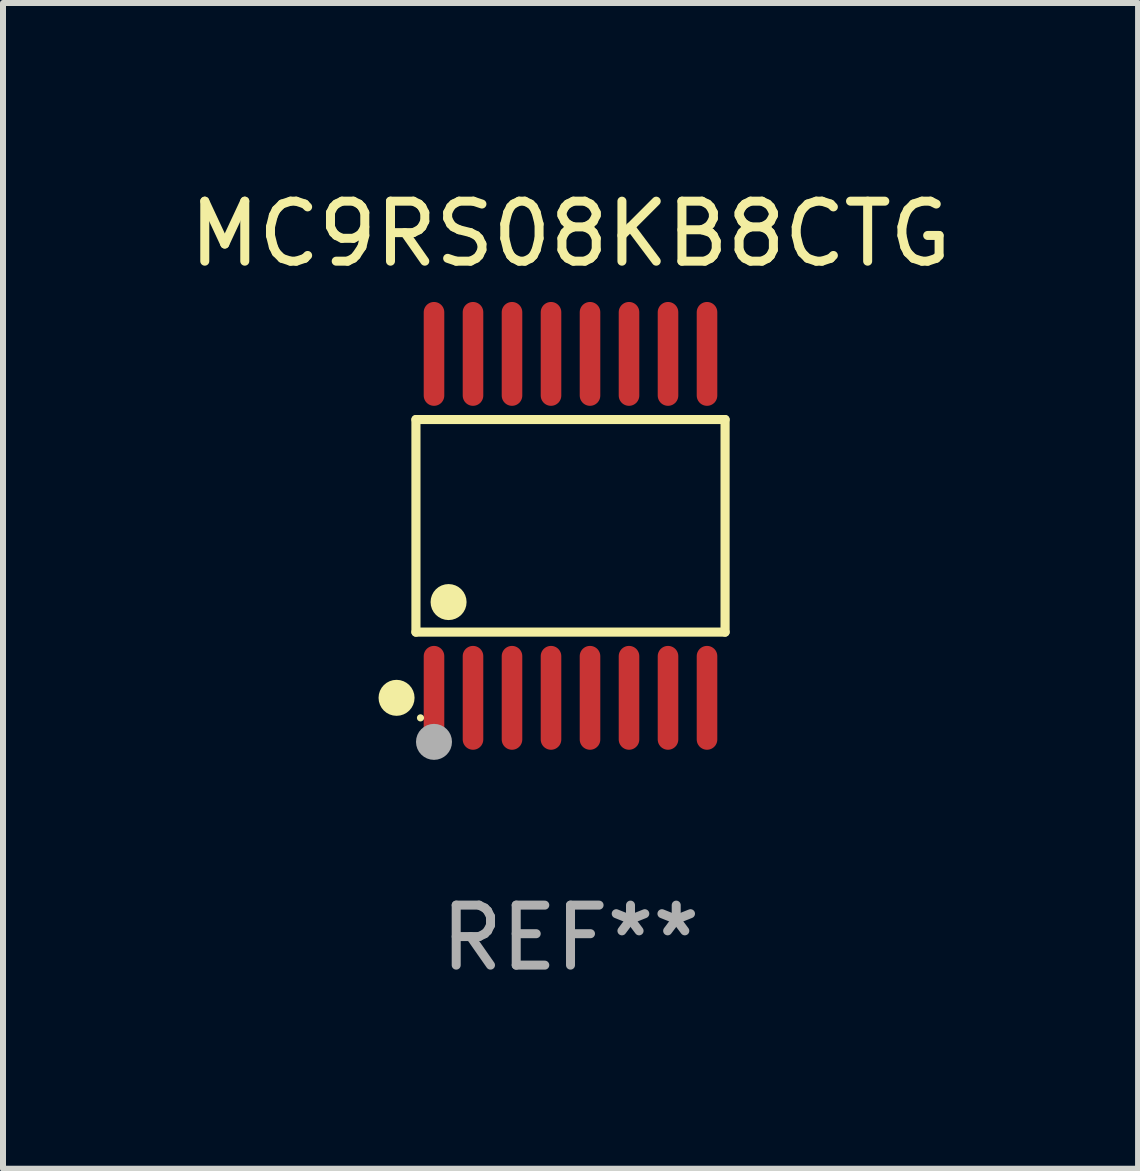
<source format=kicad_pcb>
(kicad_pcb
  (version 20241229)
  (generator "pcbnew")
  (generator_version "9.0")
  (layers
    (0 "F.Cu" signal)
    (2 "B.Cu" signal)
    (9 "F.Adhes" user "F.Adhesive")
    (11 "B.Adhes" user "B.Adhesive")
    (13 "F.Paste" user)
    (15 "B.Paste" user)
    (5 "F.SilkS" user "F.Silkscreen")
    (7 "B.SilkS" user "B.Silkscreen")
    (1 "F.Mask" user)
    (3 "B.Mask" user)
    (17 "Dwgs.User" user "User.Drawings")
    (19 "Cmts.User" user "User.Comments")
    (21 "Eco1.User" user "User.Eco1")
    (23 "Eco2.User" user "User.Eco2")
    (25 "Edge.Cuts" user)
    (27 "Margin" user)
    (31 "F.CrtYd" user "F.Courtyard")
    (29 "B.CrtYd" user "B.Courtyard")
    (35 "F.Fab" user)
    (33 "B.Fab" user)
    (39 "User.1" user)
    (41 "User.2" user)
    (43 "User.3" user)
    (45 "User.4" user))
  (footprint "MC9RS08KB8CTG"
    (layer "F.Cu")
    (at 6.458 5.714)
    (property "Reference" "MC9RS08KB8CTG" (at 0 -4.866 0) (layer "F.SilkS") (effects (font (size 1 1) (thickness 0.15))))
    (attr through_hole)
    (fp_line (start -2.576 -1.772) (end 2.576 -1.772) (stroke (width 0.152) (type solid)) (layer "F.SilkS"))
    (fp_line (start -2.576 1.771) (end -2.576 -1.772) (stroke (width 0.152) (type solid)) (layer "F.SilkS"))
    (fp_line (start 2.576 -1.772) (end 2.576 1.771) (stroke (width 0.152) (type solid)) (layer "F.SilkS"))
    (fp_line (start 2.576 1.771) (end -2.576 1.771) (stroke (width 0.152) (type solid)) (layer "F.SilkS"))
    (fp_circle (center -2.899 2.866) (end -2.749 2.866) (stroke (width 0.3) (type solid)) (fill no) (layer "F.SilkS"))
    (fp_circle (center -2.5 3.2) (end -2.47 3.2) (stroke (width 0.06) (type solid)) (fill no) (layer "F.SilkS"))
    (fp_circle (center -2.032 1.27) (end -1.882 1.27) (stroke (width 0.3) (type solid)) (fill no) (layer "F.SilkS"))
    (fp_circle (center -2.275 3.6) (end -2.125 3.6) (stroke (width 0.3) (type solid)) (fill no) (layer "F.Fab"))
    (fp_text user "REF**" (at 0 6.866 0) (layer "F.Fab") (effects (font (size 1 1) (thickness 0.15))))
    (pad "1" smd oval (at -2.275 2.866) (size 0.343 1.731) (layers "F.Cu" "F.Mask" "F.Paste"))
    (pad "2" smd oval (at -1.625 2.866) (size 0.343 1.731) (layers "F.Cu" "F.Mask" "F.Paste"))
    (pad "3" smd oval (at -0.975 2.866) (size 0.343 1.731) (layers "F.Cu" "F.Mask" "F.Paste"))
    (pad "4" smd oval (at -0.325 2.866) (size 0.343 1.731) (layers "F.Cu" "F.Mask" "F.Paste"))
    (pad "5" smd oval (at 0.325 2.866) (size 0.343 1.731) (layers "F.Cu" "F.Mask" "F.Paste"))
    (pad "6" smd oval (at 0.975 2.866) (size 0.343 1.731) (layers "F.Cu" "F.Mask" "F.Paste"))
    (pad "7" smd oval (at 1.625 2.866) (size 0.343 1.731) (layers "F.Cu" "F.Mask" "F.Paste"))
    (pad "8" smd oval (at 2.275 2.866) (size 0.343 1.731) (layers "F.Cu" "F.Mask" "F.Paste"))
    (pad "9" smd oval (at 2.275 -2.866) (size 0.343 1.731) (layers "F.Cu" "F.Mask" "F.Paste"))
    (pad "10" smd oval (at 1.625 -2.866) (size 0.343 1.731) (layers "F.Cu" "F.Mask" "F.Paste"))
    (pad "11" smd oval (at 0.975 -2.866) (size 0.343 1.731) (layers "F.Cu" "F.Mask" "F.Paste"))
    (pad "12" smd oval (at 0.325 -2.866) (size 0.343 1.731) (layers "F.Cu" "F.Mask" "F.Paste"))
    (pad "13" smd oval (at -0.325 -2.866) (size 0.343 1.731) (layers "F.Cu" "F.Mask" "F.Paste"))
    (pad "14" smd oval (at -0.975 -2.866) (size 0.343 1.731) (layers "F.Cu" "F.Mask" "F.Paste"))
    (pad "15" smd oval (at -1.625 -2.866) (size 0.343 1.731) (layers "F.Cu" "F.Mask" "F.Paste"))
    (pad "16" smd oval (at -2.275 -2.866) (size 0.343 1.731) (layers "F.Cu" "F.Mask" "F.Paste")))
  (gr_rect
    (start -3 -3)
    (end 15.917 16.428)
    (stroke (width 0.1) (type default))
    (fill no)
    (layer "Edge.Cuts")))
</source>
